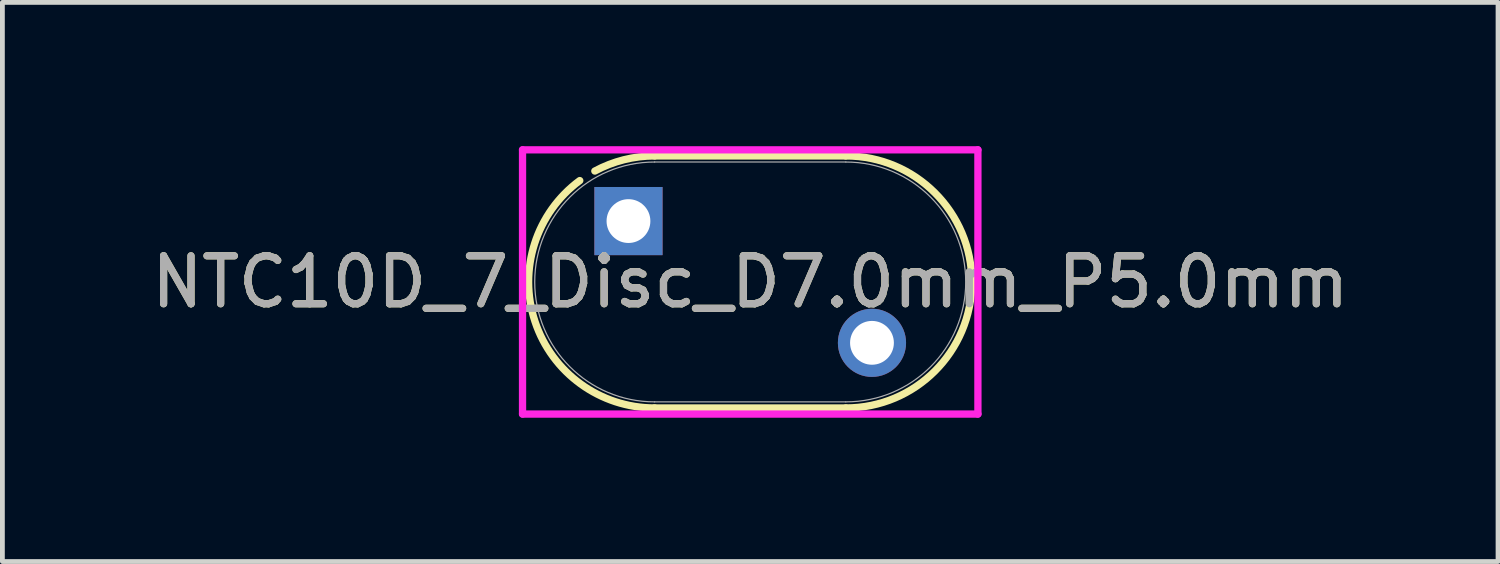
<source format=kicad_pcb>
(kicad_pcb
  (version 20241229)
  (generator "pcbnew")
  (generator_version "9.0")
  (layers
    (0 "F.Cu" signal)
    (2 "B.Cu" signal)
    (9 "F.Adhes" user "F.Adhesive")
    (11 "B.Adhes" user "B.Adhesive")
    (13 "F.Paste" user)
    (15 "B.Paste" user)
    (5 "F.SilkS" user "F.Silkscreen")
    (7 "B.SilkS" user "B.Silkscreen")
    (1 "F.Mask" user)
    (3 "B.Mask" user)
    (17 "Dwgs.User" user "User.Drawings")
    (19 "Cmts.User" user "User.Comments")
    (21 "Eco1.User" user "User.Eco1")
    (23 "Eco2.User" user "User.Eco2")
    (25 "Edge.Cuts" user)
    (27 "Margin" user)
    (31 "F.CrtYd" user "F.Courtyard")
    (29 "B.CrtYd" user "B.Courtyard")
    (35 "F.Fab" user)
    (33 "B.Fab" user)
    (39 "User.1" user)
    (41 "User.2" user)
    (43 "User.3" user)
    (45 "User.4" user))
  (footprint "NTC10D_7_Disc_D7.0mm_P5.0mm"
    (layer "F.Cu")
    (at 12.601 2.832)
    (property "Reference" "NTC10D_7_Disc_D7.0mm_P5.0mm" (at 0 0 0) (unlocked yes) (layer "F.SilkS") (effects (font (size 1 1) (thickness 0.15))))
    (attr through_hole)
    (fp_line (start -1.994 -2.629) (end 1.994 -2.629) (stroke (width 0.152) (type solid)) (layer "F.SilkS"))
    (fp_line (start -1.994 2.629) (end 1.994 2.629) (stroke (width 0.152) (type solid)) (layer "F.SilkS"))
    (fp_arc (start -3.241617 -2.31394) (mid -2.637328 -2.548944) (end -1.9939 -2.6289) (stroke (width 0.1524) (type solid)) (layer "F.SilkS"))
    (fp_arc (start -1.993905 2.6289) (mid -4.490857 0.822387) (end -3.556128 -2.11437) (stroke (width 0.1524) (type solid)) (layer "F.SilkS"))
    (fp_arc (start 1.9939 -2.6289) (mid 3.852813 -1.858913) (end 4.6228 0) (stroke (width 0.1524) (type solid)) (layer "F.SilkS"))
    (fp_arc (start 4.6228 0) (mid 3.852813 1.858913) (end 1.9939 2.6289) (stroke (width 0.1524) (type solid)) (layer "F.SilkS"))
    (fp_line (start -4.75 -2.756) (end 4.75 -2.756) (stroke (width 0.152) (type solid)) (layer "F.CrtYd"))
    (fp_line (start -4.75 2.756) (end -4.75 -2.756) (stroke (width 0.152) (type solid)) (layer "F.CrtYd"))
    (fp_line (start 4.75 -2.756) (end 4.75 2.756) (stroke (width 0.152) (type solid)) (layer "F.CrtYd"))
    (fp_line (start 4.75 2.756) (end -4.75 2.756) (stroke (width 0.152) (type solid)) (layer "F.CrtYd"))
    (fp_line (start -1.994 -2.502) (end 1.994 -2.502) (stroke (width 0.025) (type solid)) (layer "F.Fab"))
    (fp_line (start -1.994 2.502) (end 1.994 2.502) (stroke (width 0.025) (type solid)) (layer "F.Fab"))
    (fp_arc (start -1.9939 2.5019) (mid -4.4958 0) (end -1.9939 -2.5019) (stroke (width 0.0254) (type solid)) (layer "F.Fab"))
    (fp_arc (start 1.9939 -2.5019) (mid 4.4958 0) (end 1.9939 2.5019) (stroke (width 0.0254) (type solid)) (layer "F.Fab"))
    (fp_text user "${REFERENCE}" (at 0 0 0) (unlocked yes) (layer "F.Fab") (effects (font (size 1 1) (thickness 0.15))))
    (pad "1" thru_hole rect (at -2.54 -1.27) (size 1.422 1.422) (drill 0.914) (layers "*.Cu" "*.Mask"))
    (pad "2" thru_hole circle (at 2.54 1.27) (size 1.422 1.422) (drill 0.914) (layers "*.Cu" "*.Mask")))
  (gr_rect
    (start -3 -3)
    (end 28.202 8.664)
    (stroke (width 0.1) (type default))
    (fill no)
    (layer "Edge.Cuts")))
</source>
